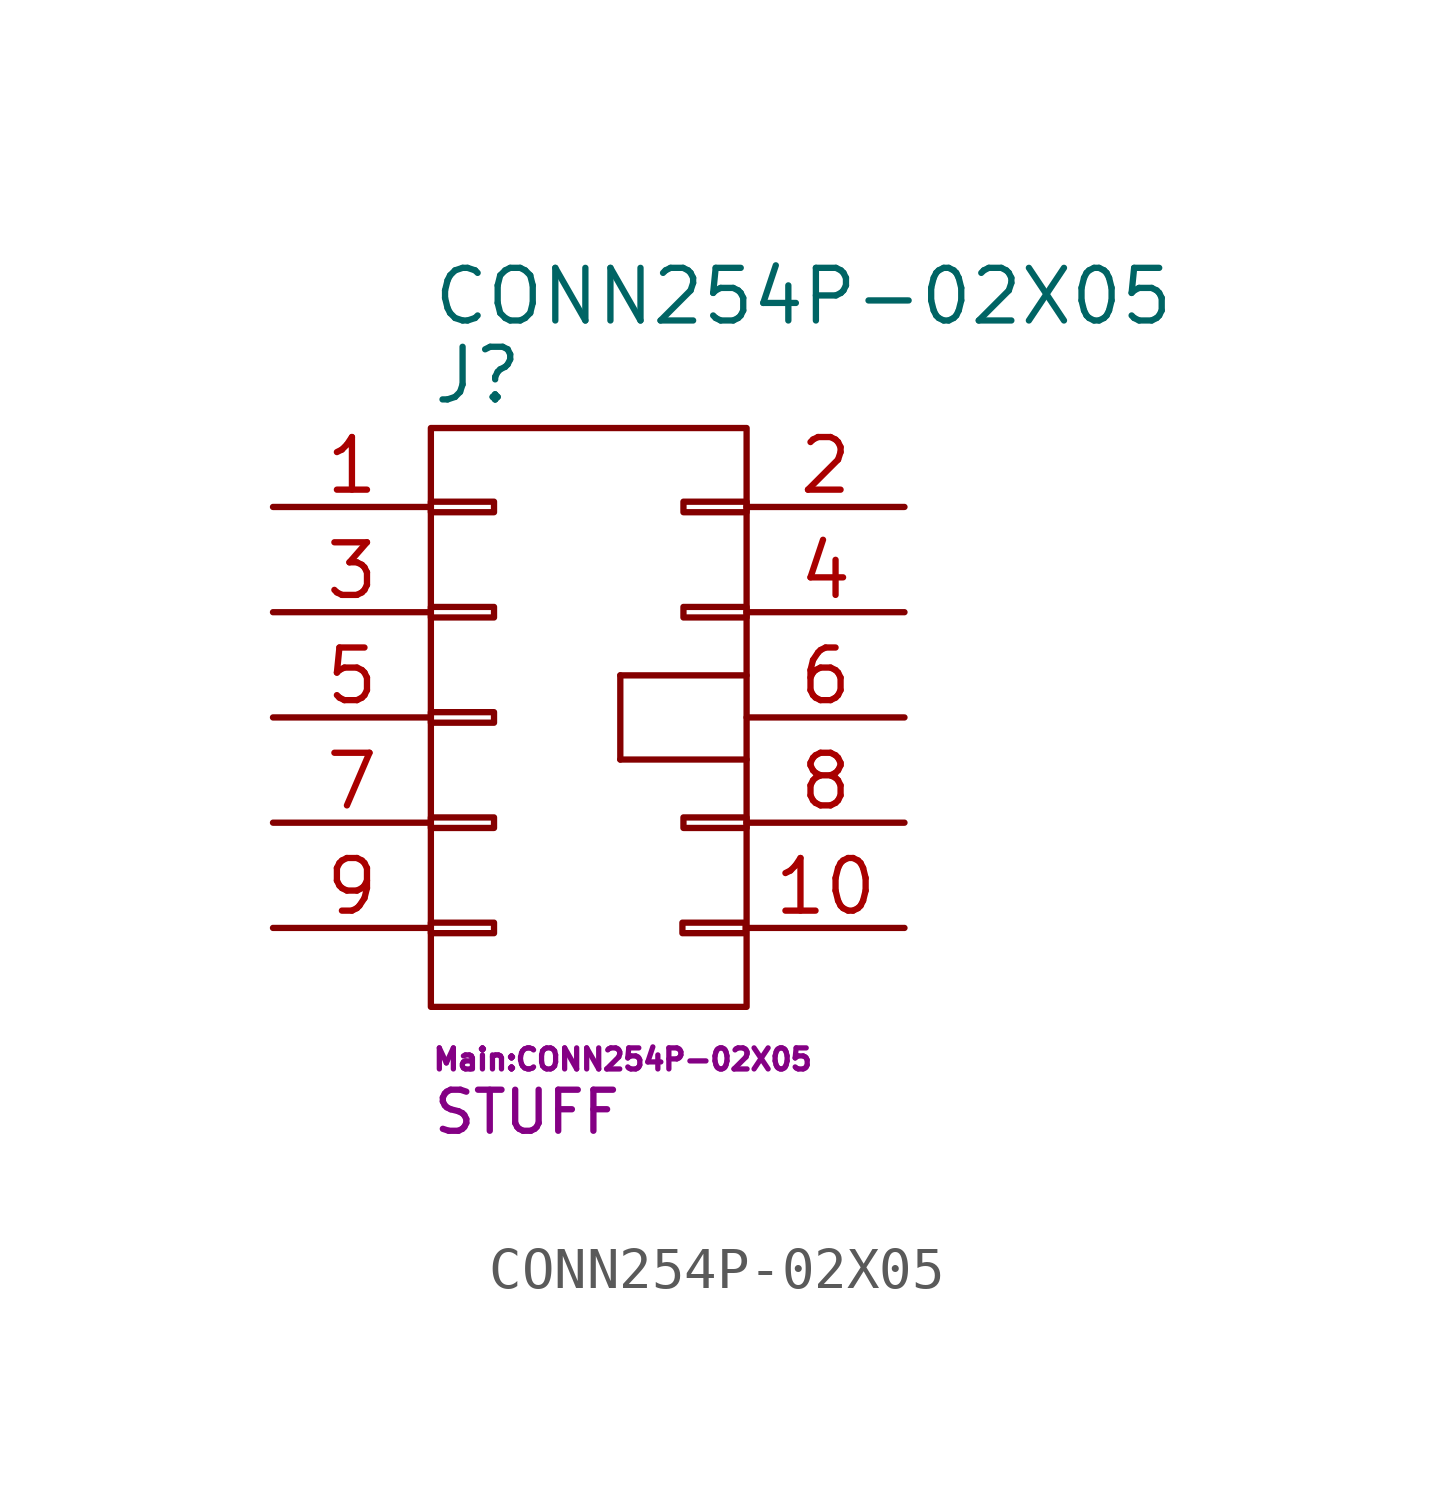
<source format=kicad_sym>
(kicad_symbol_lib
  (version 20211014)
  (generator kicad_symbol_editor)
  (symbol "CONN254P-02X05"
    (pin_names
      (offset 1.016) hide)
    (property "Reference" "J"
      (at -3.81 8.255 0)
      (effects (font (size 1.27 1.27)) (justify left)))
    (property "Value" "CONN254P-02X05"
      (at -3.81 10.16 0)
      (effects (font (size 1.27 1.27)) (justify left)))
    (property "Footprint" "Main:CONN254P-02X05"
      (at -3.81 -8.255 0)
      (effects (font (size 0.508 0.508)) (justify left)))
    (property "Datasheet" ""
      (at -2.54 6.35 0)
      (effects (font (size 1.27 1.27))))
    (property "SKU" "STUFF"
      (at -3.81 -9.525 0)
      (effects (font (size 0.991 0.991)) (justify left)))
    (symbol "CONN254P-02X05_0_1"
      (rectangle (start -3.81 -4.953) (end -2.286 -5.207) (stroke (width 0) (type default) (color 0 0 0 0)) (fill (type none)))
      (rectangle (start -3.81 -2.413) (end -2.286 -2.667) (stroke (width 0) (type default) (color 0 0 0 0)) (fill (type none)))
      (rectangle (start -3.81 0.127) (end -2.286 -0.127) (stroke (width 0) (type default) (color 0 0 0 0)) (fill (type none)))
      (rectangle (start -3.81 2.667) (end -2.286 2.413) (stroke (width 0) (type default) (color 0 0 0 0)) (fill (type none)))
      (rectangle (start -3.81 5.207) (end -2.286 4.953) (stroke (width 0) (type default) (color 0 0 0 0)) (fill (type none)))
      (rectangle (start -3.81 6.985) (end 3.81 -6.985) (stroke (width 0) (type default) (color 0 0 0 0)) (fill (type none)))
      (rectangle (start 0.762 -1.016) (end 3.81 -1.016) (stroke (width 0) (type default) (color 0 0 0 0)) (fill (type none)))
      (rectangle (start 0.762 1.016) (end 0.762 -1.016) (stroke (width 0) (type default) (color 0 0 0 0)) (fill (type none)))
      (rectangle (start 2.261 -4.953) (end 3.785 -5.207) (stroke (width 0) (type default) (color 0 0 0 0)) (fill (type none)))
      (rectangle (start 2.286 -2.413) (end 3.81 -2.667) (stroke (width 0) (type default) (color 0 0 0 0)) (fill (type none)))
      (rectangle (start 2.286 2.667) (end 3.81 2.413) (stroke (width 0) (type default) (color 0 0 0 0)) (fill (type none)))
      (rectangle (start 2.286 5.207) (end 3.81 4.953) (stroke (width 0) (type default) (color 0 0 0 0)) (fill (type none)))
      (rectangle (start 3.81 1.016) (end 0.762 1.016) (stroke (width 0) (type default) (color 0 0 0 0)) (fill (type none))))
    (symbol "CONN254P-02X05_1_1"
      (pin passive line (at -7.62 5.08 0) (length 3.81) (name "P1" (effects (font (size 1.27 1.27)))) (number "1" (effects (font (size 1.27 1.27)))))
      (pin passive line (at 7.62 -5.08 180) (length 3.81) (name "P10" (effects (font (size 1.27 1.27)))) (number "10" (effects (font (size 1.27 1.27)))))
      (pin passive line (at 7.62 5.08 180) (length 3.81) (name "P2" (effects (font (size 1.27 1.27)))) (number "2" (effects (font (size 1.27 1.27)))))
      (pin passive line (at -7.62 2.54 0) (length 3.81) (name "P3" (effects (font (size 1.27 1.27)))) (number "3" (effects (font (size 1.27 1.27)))))
      (pin passive line (at 7.62 2.54 180) (length 3.81) (name "P4" (effects (font (size 1.27 1.27)))) (number "4" (effects (font (size 1.27 1.27)))))
      (pin passive line (at -7.62 0 0) (length 3.81) (name "P5" (effects (font (size 1.27 1.27)))) (number "5" (effects (font (size 1.27 1.27)))))
      (pin passive line (at 7.62 0 180) (length 3.81) (name "P6" (effects (font (size 1.27 1.27)))) (number "6" (effects (font (size 1.27 1.27)))))
      (pin passive line (at -7.62 -2.54 0) (length 3.81) (name "P7" (effects (font (size 1.27 1.27)))) (number "7" (effects (font (size 1.27 1.27)))))
      (pin passive line (at 7.62 -2.54 180) (length 3.81) (name "P8" (effects (font (size 1.27 1.27)))) (number "8" (effects (font (size 1.27 1.27)))))
      (pin passive line (at -7.62 -5.08 0) (length 3.81) (name "P9" (effects (font (size 1.27 1.27)))) (number "9" (effects (font (size 1.27 1.27))))))))
</source>
